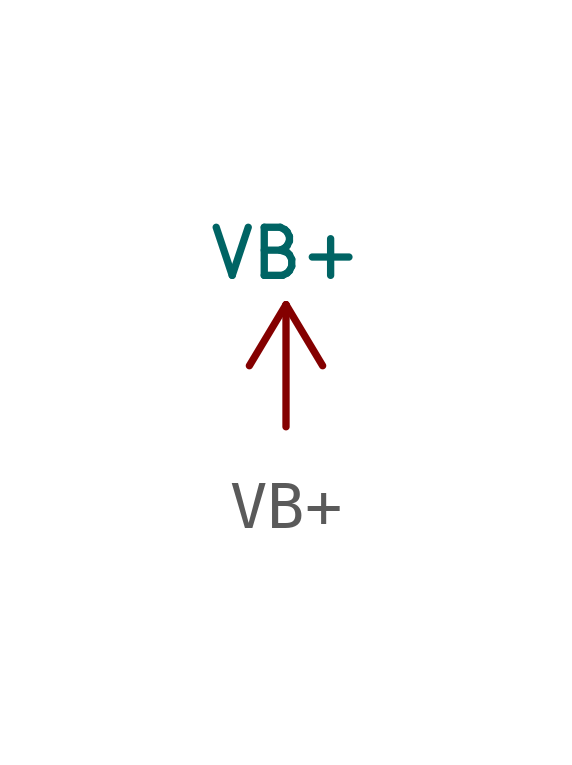
<source format=kicad_sym>
(kicad_symbol_lib
  (version 20241209)
  (generator "kicad_symbol_editor")
  (generator_version "9.0")
  (symbol "VB+"
    (power)
    (pin_names
      (offset 0))
    (property "Reference" "#PWR?"
      (at 0 -3.81 0)
      (effects (font (size 1.27 1.27)) (hide yes)))
    (property "Value" "VB+"
      (at 0 3.605 0)
      (effects (font (size 1 1))))
    (symbol "VB+_0_1"
      (polyline (pts (xy -0.762 1.27) (xy 0 2.54)) (stroke (width 0) (type default)) (fill (type none)))
      (polyline (pts (xy 0 2.54) (xy 0.762 1.27)) (stroke (width 0) (type default)) (fill (type none)))
      (polyline (pts (xy 0 0) (xy 0 2.54)) (stroke (width 0) (type default)) (fill (type none))))
    (symbol "VB+_1_1"
      (pin power_in line (at 0 0 90) (length 0) (hide yes) (name "VB+" (effects (font (size 1.27 1.27)))) (number "1" (effects (font (size 1.27 1.27))))))))
</source>
